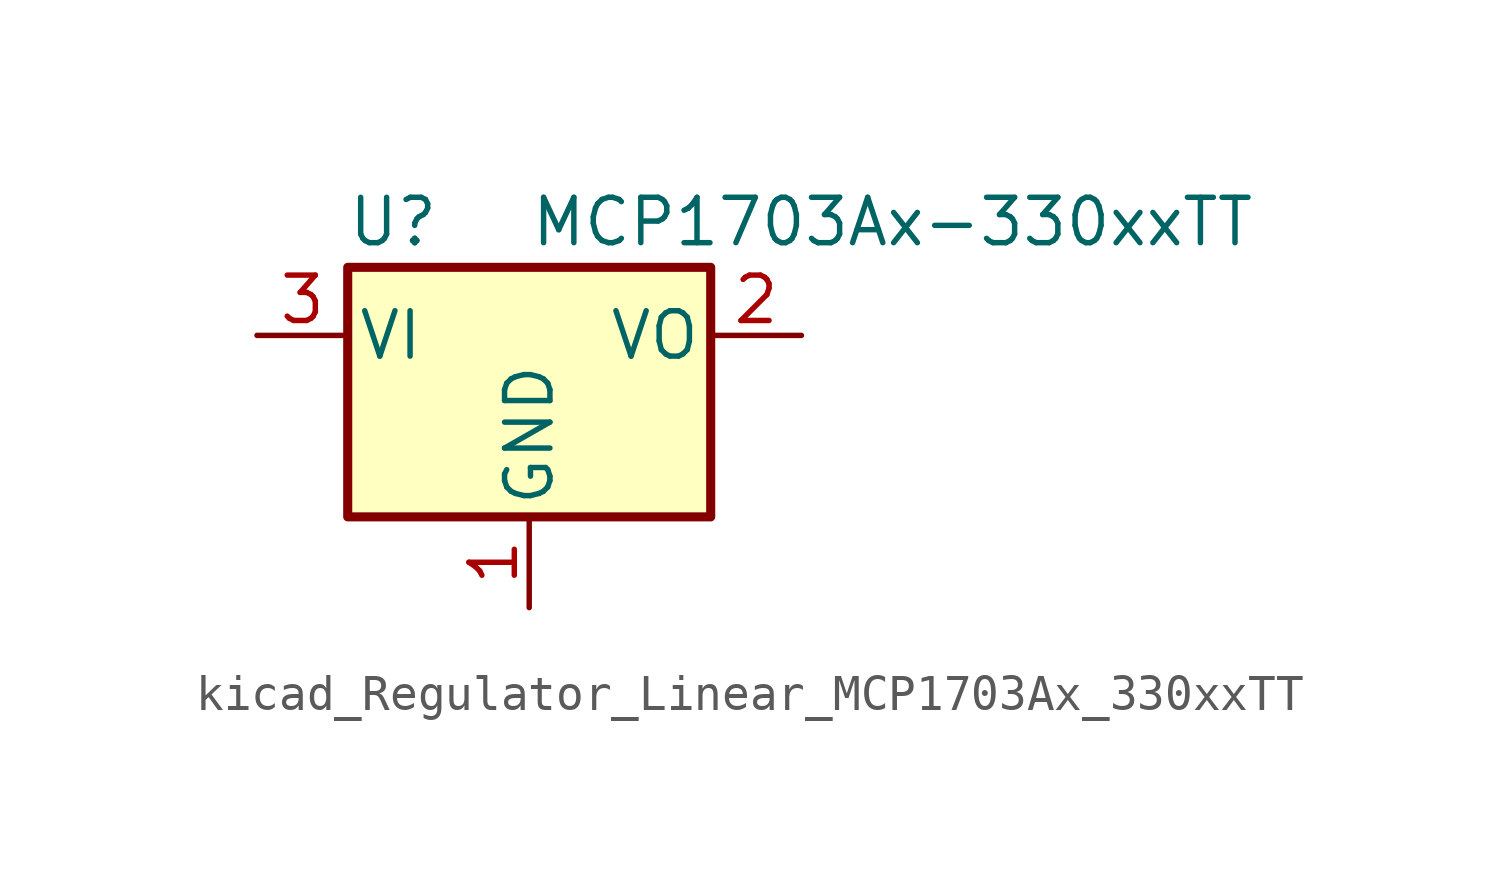
<source format=kicad_sym>
(kicad_symbol_lib
  (version 20220914)
  (generator kicad_symbol_editor)
  (symbol "kicad_Regulator_Linear_MCP1703Ax_330xxTT"
    (pin_names
      (offset 0.254))
    (property "Reference" "U"
      (at -3.81 3.175 0)
      (effects (font (size 1.27 1.27))))
    (property "Value" "MCP1703Ax-330xxTT"
      (at 0 3.175 0)
      (effects (font (size 1.27 1.27)) (justify left)))
    (symbol "kicad_Regulator_Linear_MCP1703Ax_330xxTT_0_1"
      (rectangle (start -5.08 -5.08) (end 5.08 1.905) (stroke (width 0.254) (type default)) (fill (type background))))
    (symbol "kicad_Regulator_Linear_MCP1703Ax_330xxTT_1_1"
      (pin power_in line (at 0 -7.62 90) (length 2.54) (name "GND" (effects (font (size 1.27 1.27)))) (number "1" (effects (font (size 1.27 1.27)))))
      (pin power_out line (at 7.62 0 180) (length 2.54) (name "VO" (effects (font (size 1.27 1.27)))) (number "2" (effects (font (size 1.27 1.27)))))
      (pin power_in line (at -7.62 0 0) (length 2.54) (name "VI" (effects (font (size 1.27 1.27)))) (number "3" (effects (font (size 1.27 1.27))))))))
</source>
